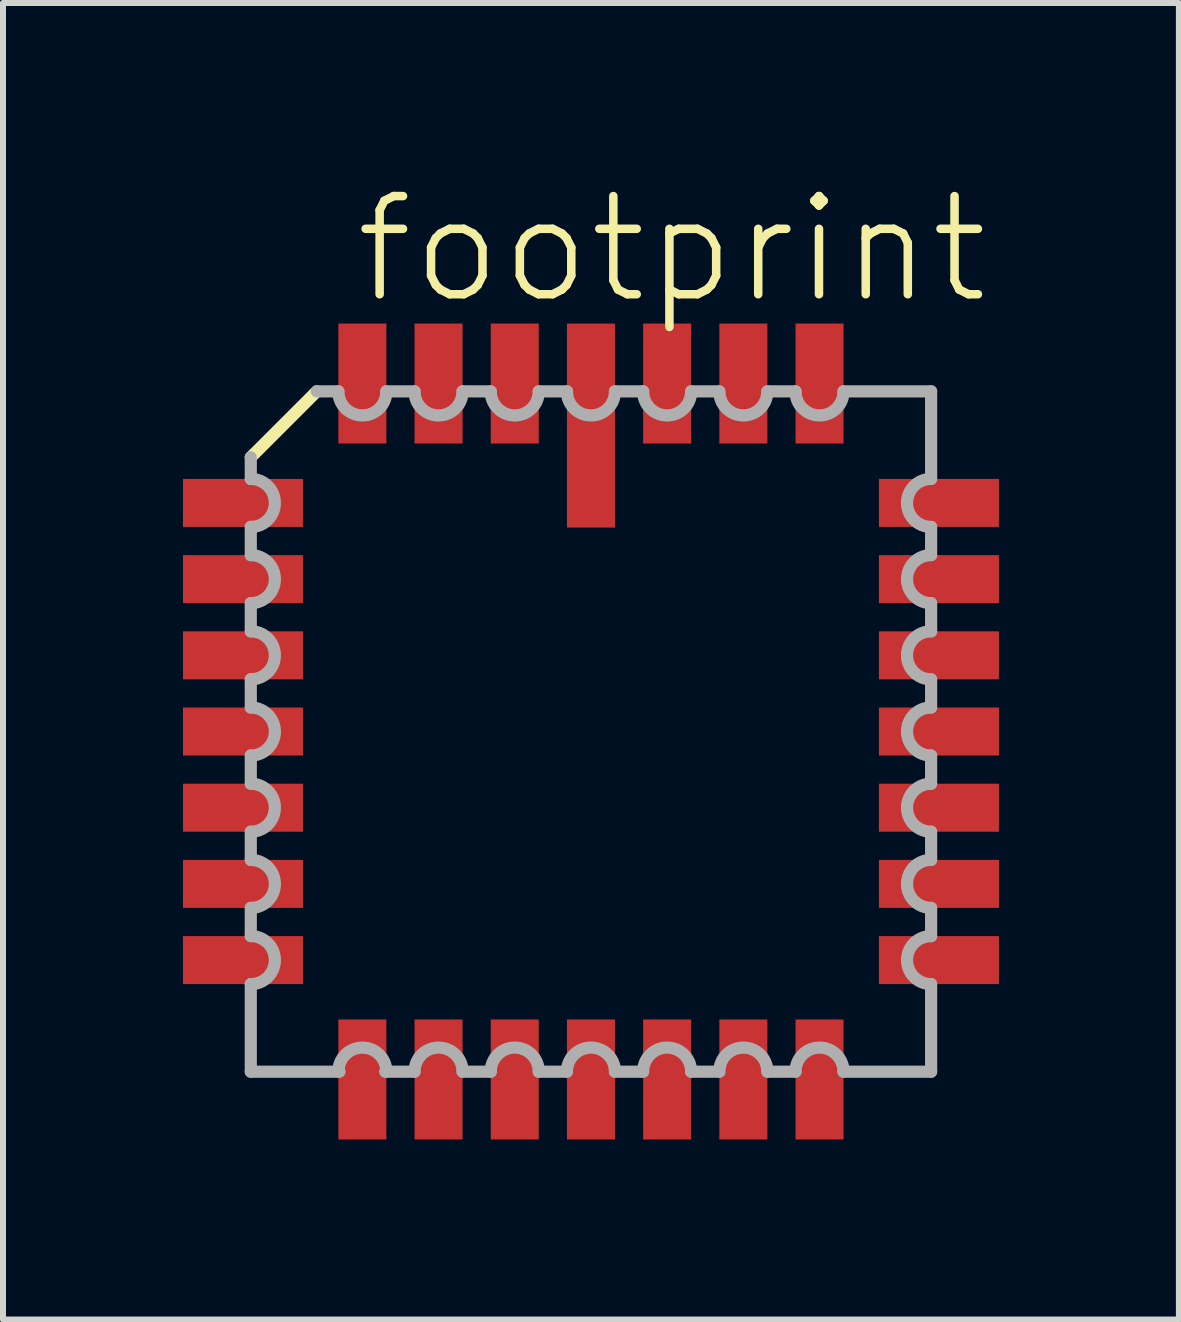
<source format=kicad_pcb>
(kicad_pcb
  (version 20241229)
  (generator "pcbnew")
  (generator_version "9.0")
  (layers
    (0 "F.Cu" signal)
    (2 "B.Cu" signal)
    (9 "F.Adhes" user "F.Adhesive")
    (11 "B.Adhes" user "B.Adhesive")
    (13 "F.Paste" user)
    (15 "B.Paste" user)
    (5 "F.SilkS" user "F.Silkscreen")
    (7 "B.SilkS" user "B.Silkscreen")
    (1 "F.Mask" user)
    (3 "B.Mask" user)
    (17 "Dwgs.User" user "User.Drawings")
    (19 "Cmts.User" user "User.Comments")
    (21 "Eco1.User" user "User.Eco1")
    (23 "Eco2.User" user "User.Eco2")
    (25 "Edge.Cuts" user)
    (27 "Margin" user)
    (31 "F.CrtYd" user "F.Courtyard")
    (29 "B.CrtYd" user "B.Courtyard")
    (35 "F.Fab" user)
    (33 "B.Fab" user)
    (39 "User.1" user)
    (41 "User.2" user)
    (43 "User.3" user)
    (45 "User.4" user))
  (footprint "footprint"
    (layer "F.Cu")
    (at 6.8 9.143)
    (property "Reference" "footprint" (at -4.005 -7.081 0) (layer "F.SilkS") (effects (font (size 1.636 1.636) (thickness 0.142)) (justify left bottom)))
    (fp_line (start -4.57 -5.67) (end -5.67 -4.57) (stroke (width 0.203) (type solid)) (layer "F.SilkS"))
    (fp_line (start -5.67 -4.57) (end -5.67 -4.21) (stroke (width 0.203) (type solid)) (layer "F.Fab"))
    (fp_line (start -5.67 -3.41) (end -5.67 -2.94) (stroke (width 0.203) (type solid)) (layer "F.Fab"))
    (fp_line (start -5.67 -2.14) (end -5.67 -1.67) (stroke (width 0.203) (type solid)) (layer "F.Fab"))
    (fp_line (start -5.67 -0.87) (end -5.67 -0.4) (stroke (width 0.203) (type solid)) (layer "F.Fab"))
    (fp_line (start -5.67 0.4) (end -5.67 0.87) (stroke (width 0.203) (type solid)) (layer "F.Fab"))
    (fp_line (start -5.67 1.67) (end -5.67 2.14) (stroke (width 0.203) (type solid)) (layer "F.Fab"))
    (fp_line (start -5.67 2.94) (end -5.67 3.41) (stroke (width 0.203) (type solid)) (layer "F.Fab"))
    (fp_line (start -5.67 4.21) (end -5.67 5.67) (stroke (width 0.203) (type solid)) (layer "F.Fab"))
    (fp_line (start -5.67 5.67) (end -4.191 5.67) (stroke (width 0.203) (type solid)) (layer "F.Fab"))
    (fp_line (start -4.21 -5.67) (end -4.57 -5.67) (stroke (width 0.203) (type solid)) (layer "F.Fab"))
    (fp_line (start -3.429 5.67) (end -2.94 5.67) (stroke (width 0.203) (type solid)) (layer "F.Fab"))
    (fp_line (start -2.94 -5.67) (end -3.41 -5.67) (stroke (width 0.203) (type solid)) (layer "F.Fab"))
    (fp_line (start -2.14 5.67) (end -1.67 5.67) (stroke (width 0.203) (type solid)) (layer "F.Fab"))
    (fp_line (start -1.67 -5.67) (end -2.14 -5.67) (stroke (width 0.203) (type solid)) (layer "F.Fab"))
    (fp_line (start -0.87 5.67) (end -0.4 5.67) (stroke (width 0.203) (type solid)) (layer "F.Fab"))
    (fp_line (start -0.4 -5.67) (end -0.87 -5.67) (stroke (width 0.203) (type solid)) (layer "F.Fab"))
    (fp_line (start 0.4 5.67) (end 0.87 5.67) (stroke (width 0.203) (type solid)) (layer "F.Fab"))
    (fp_line (start 0.87 -5.67) (end 0.4 -5.67) (stroke (width 0.203) (type solid)) (layer "F.Fab"))
    (fp_line (start 1.67 5.67) (end 2.14 5.67) (stroke (width 0.203) (type solid)) (layer "F.Fab"))
    (fp_line (start 2.14 -5.67) (end 1.67 -5.67) (stroke (width 0.203) (type solid)) (layer "F.Fab"))
    (fp_line (start 2.94 5.67) (end 3.41 5.67) (stroke (width 0.203) (type solid)) (layer "F.Fab"))
    (fp_line (start 3.41 -5.67) (end 2.94 -5.67) (stroke (width 0.203) (type solid)) (layer "F.Fab"))
    (fp_line (start 4.21 5.67) (end 5.67 5.67) (stroke (width 0.203) (type solid)) (layer "F.Fab"))
    (fp_line (start 5.67 -5.67) (end 4.21 -5.67) (stroke (width 0.203) (type solid)) (layer "F.Fab"))
    (fp_line (start 5.67 -4.21) (end 5.67 -5.67) (stroke (width 0.203) (type solid)) (layer "F.Fab"))
    (fp_line (start 5.67 -2.94) (end 5.67 -3.41) (stroke (width 0.203) (type solid)) (layer "F.Fab"))
    (fp_line (start 5.67 -1.67) (end 5.67 -2.14) (stroke (width 0.203) (type solid)) (layer "F.Fab"))
    (fp_line (start 5.67 -0.4) (end 5.67 -0.87) (stroke (width 0.203) (type solid)) (layer "F.Fab"))
    (fp_line (start 5.67 0.87) (end 5.67 0.4) (stroke (width 0.203) (type solid)) (layer "F.Fab"))
    (fp_line (start 5.67 2.14) (end 5.67 1.67) (stroke (width 0.203) (type solid)) (layer "F.Fab"))
    (fp_line (start 5.67 3.41) (end 5.67 2.94) (stroke (width 0.203) (type solid)) (layer "F.Fab"))
    (fp_line (start 5.67 5.67) (end 5.67 4.21) (stroke (width 0.203) (type solid)) (layer "F.Fab"))
    (fp_arc (start -5.6685 -4.21) (mid -5.2685 -3.81) (end -5.6685 -3.41) (stroke (width 0.2032) (type solid)) (layer "F.Fab"))
    (fp_arc (start -5.6685 -2.94) (mid -5.2685 -2.54) (end -5.6685 -2.14) (stroke (width 0.2032) (type solid)) (layer "F.Fab"))
    (fp_arc (start -5.6685 -1.67) (mid -5.2685 -1.27) (end -5.6685 -0.87) (stroke (width 0.2032) (type solid)) (layer "F.Fab"))
    (fp_arc (start -5.6685 -0.4001) (mid -5.2684 0) (end -5.6685 0.4001) (stroke (width 0.2032) (type solid)) (layer "F.Fab"))
    (fp_arc (start -5.6685 0.8699) (mid -5.2684 1.27) (end -5.6685 1.6701) (stroke (width 0.2032) (type solid)) (layer "F.Fab"))
    (fp_arc (start -5.6685 2.1399) (mid -5.2684 2.54) (end -5.6685 2.9401) (stroke (width 0.2032) (type solid)) (layer "F.Fab"))
    (fp_arc (start -5.6685 3.4099) (mid -5.2684 3.81) (end -5.6685 4.2101) (stroke (width 0.2032) (type solid)) (layer "F.Fab"))
    (fp_arc (start -4.2101 5.6685) (mid -3.81 5.2684) (end -3.4099 5.6685) (stroke (width 0.2032) (type solid)) (layer "F.Fab"))
    (fp_arc (start -3.4099 -5.6685) (mid -3.81 -5.2684) (end -4.2101 -5.6685) (stroke (width 0.2032) (type solid)) (layer "F.Fab"))
    (fp_arc (start -2.9401 5.6685) (mid -2.54 5.2684) (end -2.1399 5.6685) (stroke (width 0.2032) (type solid)) (layer "F.Fab"))
    (fp_arc (start -2.1399 -5.6685) (mid -2.54 -5.2684) (end -2.9401 -5.6685) (stroke (width 0.2032) (type solid)) (layer "F.Fab"))
    (fp_arc (start -1.6701 5.6685) (mid -1.27 5.2684) (end -0.8699 5.6685) (stroke (width 0.2032) (type solid)) (layer "F.Fab"))
    (fp_arc (start -0.8699 -5.6685) (mid -1.27 -5.2684) (end -1.6701 -5.6685) (stroke (width 0.2032) (type solid)) (layer "F.Fab"))
    (fp_arc (start -0.4001 5.6685) (mid 0 5.2684) (end 0.4001 5.6685) (stroke (width 0.2032) (type solid)) (layer "F.Fab"))
    (fp_arc (start 0.4001 -5.6685) (mid 0 -5.2684) (end -0.4001 -5.6685) (stroke (width 0.2032) (type solid)) (layer "F.Fab"))
    (fp_arc (start 0.87 5.6685) (mid 1.27 5.2685) (end 1.67 5.6685) (stroke (width 0.2032) (type solid)) (layer "F.Fab"))
    (fp_arc (start 1.67 -5.6685) (mid 1.27 -5.2685) (end 0.87 -5.6685) (stroke (width 0.2032) (type solid)) (layer "F.Fab"))
    (fp_arc (start 2.14 5.6685) (mid 2.54 5.2685) (end 2.94 5.6685) (stroke (width 0.2032) (type solid)) (layer "F.Fab"))
    (fp_arc (start 2.94 -5.6685) (mid 2.54 -5.2685) (end 2.14 -5.6685) (stroke (width 0.2032) (type solid)) (layer "F.Fab"))
    (fp_arc (start 3.41 5.6685) (mid 3.81 5.2685) (end 4.21 5.6685) (stroke (width 0.2032) (type solid)) (layer "F.Fab"))
    (fp_arc (start 4.21 -5.6685) (mid 3.81 -5.2685) (end 3.41 -5.6685) (stroke (width 0.2032) (type solid)) (layer "F.Fab"))
    (fp_arc (start 5.6685 -3.4099) (mid 5.2684 -3.81) (end 5.6685 -4.2101) (stroke (width 0.2032) (type solid)) (layer "F.Fab"))
    (fp_arc (start 5.6685 -2.1399) (mid 5.2684 -2.54) (end 5.6685 -2.9401) (stroke (width 0.2032) (type solid)) (layer "F.Fab"))
    (fp_arc (start 5.6685 -0.8699) (mid 5.2684 -1.27) (end 5.6685 -1.6701) (stroke (width 0.2032) (type solid)) (layer "F.Fab"))
    (fp_arc (start 5.6685 0.4001) (mid 5.2684 0) (end 5.6685 -0.4001) (stroke (width 0.2032) (type solid)) (layer "F.Fab"))
    (fp_arc (start 5.6685 1.67) (mid 5.2685 1.27) (end 5.6685 0.87) (stroke (width 0.2032) (type solid)) (layer "F.Fab"))
    (fp_arc (start 5.6685 2.94) (mid 5.2685 2.54) (end 5.6685 2.14) (stroke (width 0.2032) (type solid)) (layer "F.Fab"))
    (fp_arc (start 5.6685 4.21) (mid 5.2685 3.81) (end 5.6685 3.41) (stroke (width 0.2032) (type solid)) (layer "F.Fab"))
    (pad "1" smd rect (at 0 -5.1) (size 0.8 3.4) (layers "F.Cu" "F.Mask" "F.Paste"))
    (pad "2" smd rect (at -1.27 -5.8) (size 0.8 2) (layers "F.Cu" "F.Mask" "F.Paste"))
    (pad "3" smd rect (at -2.54 -5.8) (size 0.8 2) (layers "F.Cu" "F.Mask" "F.Paste"))
    (pad "4" smd rect (at -3.81 -5.8) (size 0.8 2) (layers "F.Cu" "F.Mask" "F.Paste"))
    (pad "5" smd rect (at -5.8 -3.81) (size 2 0.8) (layers "F.Cu" "F.Mask" "F.Paste"))
    (pad "6" smd rect (at -5.8 -2.54) (size 2 0.8) (layers "F.Cu" "F.Mask" "F.Paste"))
    (pad "7" smd rect (at -5.8 -1.27) (size 2 0.8) (layers "F.Cu" "F.Mask" "F.Paste"))
    (pad "8" smd rect (at -5.8 0) (size 2 0.8) (layers "F.Cu" "F.Mask" "F.Paste"))
    (pad "9" smd rect (at -5.8 1.27) (size 2 0.8) (layers "F.Cu" "F.Mask" "F.Paste"))
    (pad "10" smd rect (at -5.8 2.54) (size 2 0.8) (layers "F.Cu" "F.Mask" "F.Paste"))
    (pad "11" smd rect (at -5.8 3.81) (size 2 0.8) (layers "F.Cu" "F.Mask" "F.Paste"))
    (pad "12" smd rect (at -3.81 5.8) (size 0.8 2) (layers "F.Cu" "F.Mask" "F.Paste"))
    (pad "13" smd rect (at -2.54 5.8) (size 0.8 2) (layers "F.Cu" "F.Mask" "F.Paste"))
    (pad "14" smd rect (at -1.27 5.8) (size 0.8 2) (layers "F.Cu" "F.Mask" "F.Paste"))
    (pad "15" smd rect (at 0 5.8) (size 0.8 2) (layers "F.Cu" "F.Mask" "F.Paste"))
    (pad "16" smd rect (at 1.27 5.8) (size 0.8 2) (layers "F.Cu" "F.Mask" "F.Paste"))
    (pad "17" smd rect (at 2.54 5.8) (size 0.8 2) (layers "F.Cu" "F.Mask" "F.Paste"))
    (pad "18" smd rect (at 3.81 5.8) (size 0.8 2) (layers "F.Cu" "F.Mask" "F.Paste"))
    (pad "19" smd rect (at 5.8 3.81) (size 2 0.8) (layers "F.Cu" "F.Mask" "F.Paste"))
    (pad "20" smd rect (at 5.8 2.54) (size 2 0.8) (layers "F.Cu" "F.Mask" "F.Paste"))
    (pad "21" smd rect (at 5.8 1.27) (size 2 0.8) (layers "F.Cu" "F.Mask" "F.Paste"))
    (pad "22" smd rect (at 5.8 0) (size 2 0.8) (layers "F.Cu" "F.Mask" "F.Paste"))
    (pad "23" smd rect (at 5.8 -1.27) (size 2 0.8) (layers "F.Cu" "F.Mask" "F.Paste"))
    (pad "24" smd rect (at 5.8 -2.54) (size 2 0.8) (layers "F.Cu" "F.Mask" "F.Paste"))
    (pad "25" smd rect (at 5.8 -3.81) (size 2 0.8) (layers "F.Cu" "F.Mask" "F.Paste"))
    (pad "26" smd rect (at 3.81 -5.8) (size 0.8 2) (layers "F.Cu" "F.Mask" "F.Paste"))
    (pad "27" smd rect (at 2.54 -5.8) (size 0.8 2) (layers "F.Cu" "F.Mask" "F.Paste"))
    (pad "28" smd rect (at 1.27 -5.8) (size 0.8 2) (layers "F.Cu" "F.Mask" "F.Paste")))
  (gr_rect
    (start -3 -3)
    (end 16.6 18.944)
    (stroke (width 0.1) (type default))
    (fill no)
    (layer "Edge.Cuts")))
</source>
